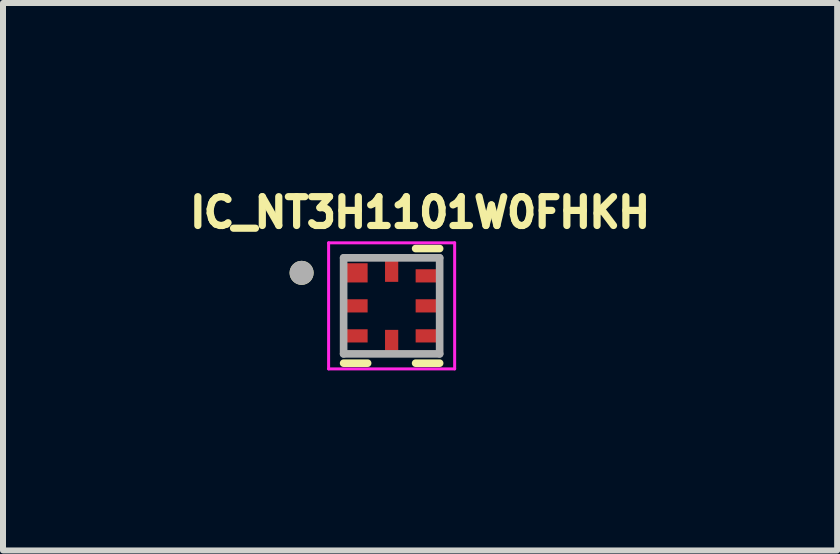
<source format=kicad_pcb>
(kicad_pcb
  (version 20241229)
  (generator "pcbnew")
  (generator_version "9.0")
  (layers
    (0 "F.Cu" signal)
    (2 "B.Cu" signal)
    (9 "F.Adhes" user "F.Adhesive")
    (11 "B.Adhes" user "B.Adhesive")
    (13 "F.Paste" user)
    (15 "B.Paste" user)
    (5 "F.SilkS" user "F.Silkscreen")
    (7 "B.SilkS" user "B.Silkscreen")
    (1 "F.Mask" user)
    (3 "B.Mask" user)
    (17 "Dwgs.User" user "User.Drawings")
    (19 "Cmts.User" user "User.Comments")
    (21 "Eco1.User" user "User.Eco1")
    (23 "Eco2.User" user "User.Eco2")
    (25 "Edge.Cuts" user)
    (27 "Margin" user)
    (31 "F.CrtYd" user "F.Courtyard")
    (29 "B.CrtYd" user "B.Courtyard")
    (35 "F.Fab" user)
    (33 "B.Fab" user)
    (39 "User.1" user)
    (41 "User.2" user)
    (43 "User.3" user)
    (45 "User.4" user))
  (footprint "IC_NT3H1101W0FHKH"
    (layer "F.Cu")
    (at 3.475 2.046)
    (property "Reference" "IC_NT3H1101W0FHKH" (at 0.474 -1.555 0) (layer "F.SilkS") (effects (font (size 0.48 0.48) (thickness 0.15))))
    (attr smd)
    (fp_poly (pts (xy -0.825 -0.635) (xy -0.375 -0.635) (xy -0.375 -0.365) (xy -0.825 -0.365)) (stroke (width 0.01) (type solid)) (fill yes) (layer "F.Mask"))
    (fp_poly (pts (xy -0.825 -0.135) (xy -0.375 -0.135) (xy -0.375 0.135) (xy -0.825 0.135)) (stroke (width 0.01) (type solid)) (fill yes) (layer "F.Mask"))
    (fp_poly (pts (xy -0.825 0.365) (xy -0.375 0.365) (xy -0.375 0.635) (xy -0.825 0.635)) (stroke (width 0.01) (type solid)) (fill yes) (layer "F.Mask"))
    (fp_poly (pts (xy -0.135 -0.825) (xy 0.135 -0.825) (xy 0.135 -0.375) (xy -0.135 -0.375)) (stroke (width 0.01) (type solid)) (fill yes) (layer "F.Mask"))
    (fp_poly (pts (xy -0.135 0.375) (xy 0.135 0.375) (xy 0.135 0.825) (xy -0.135 0.825)) (stroke (width 0.01) (type solid)) (fill yes) (layer "F.Mask"))
    (fp_poly (pts (xy 0.375 -0.635) (xy 0.825 -0.635) (xy 0.825 -0.365) (xy 0.375 -0.365)) (stroke (width 0.01) (type solid)) (fill yes) (layer "F.Mask"))
    (fp_poly (pts (xy 0.375 -0.135) (xy 0.825 -0.135) (xy 0.825 0.135) (xy 0.375 0.135)) (stroke (width 0.01) (type solid)) (fill yes) (layer "F.Mask"))
    (fp_poly (pts (xy 0.375 0.365) (xy 0.825 0.365) (xy 0.825 0.635) (xy 0.375 0.635)) (stroke (width 0.01) (type solid)) (fill yes) (layer "F.Mask"))
    (fp_line (start -0.8 0.955) (end -0.4 0.955) (stroke (width 0.127) (type solid)) (layer "F.SilkS"))
    (fp_line (start 0.8 -0.955) (end 0.4 -0.955) (stroke (width 0.127) (type solid)) (layer "F.SilkS"))
    (fp_line (start 0.8 0.955) (end 0.4 0.955) (stroke (width 0.127) (type solid)) (layer "F.SilkS"))
    (fp_circle (center -1.5 -0.55) (end -1.4 -0.55) (stroke (width 0.2) (type solid)) (fill no) (layer "F.SilkS"))
    (fp_poly (pts (xy -0.8 -0.635) (xy -0.4 -0.635) (xy -0.4 -0.39) (xy -0.8 -0.39)) (stroke (width 0.01) (type solid)) (fill yes) (layer "F.Paste"))
    (fp_line (start -1.05 -1.05) (end -1.05 1.05) (stroke (width 0.05) (type solid)) (layer "F.CrtYd"))
    (fp_line (start -1.05 1.05) (end 1.05 1.05) (stroke (width 0.05) (type solid)) (layer "F.CrtYd"))
    (fp_line (start 1.05 -1.05) (end -1.05 -1.05) (stroke (width 0.05) (type solid)) (layer "F.CrtYd"))
    (fp_line (start 1.05 1.05) (end 1.05 -1.05) (stroke (width 0.05) (type solid)) (layer "F.CrtYd"))
    (fp_line (start -0.8 -0.8) (end 0.8 -0.8) (stroke (width 0.127) (type solid)) (layer "F.Fab"))
    (fp_line (start -0.8 0.8) (end -0.8 -0.8) (stroke (width 0.127) (type solid)) (layer "F.Fab"))
    (fp_line (start 0.8 -0.8) (end 0.8 0.8) (stroke (width 0.127) (type solid)) (layer "F.Fab"))
    (fp_line (start 0.8 0.8) (end -0.8 0.8) (stroke (width 0.127) (type solid)) (layer "F.Fab"))
    (fp_circle (center -1.5 -0.55) (end -1.4 -0.55) (stroke (width 0.2) (type solid)) (fill no) (layer "F.Fab"))
    (pad "1" smd rect (at -0.6 -0.55) (size 0.4 0.32) (layers "F.Cu"))
    (pad "2" smd rect (at -0.6 0) (size 0.4 0.22) (layers "F.Cu" "F.Paste"))
    (pad "3" smd rect (at -0.6 0.5) (size 0.4 0.22) (layers "F.Cu" "F.Paste"))
    (pad "4" smd rect (at 0 0.6) (size 0.22 0.4) (layers "F.Cu" "F.Paste"))
    (pad "5" smd rect (at 0.6 0.5) (size 0.4 0.22) (layers "F.Cu" "F.Paste"))
    (pad "6" smd rect (at 0.6 0) (size 0.4 0.22) (layers "F.Cu" "F.Paste"))
    (pad "7" smd rect (at 0.6 -0.5) (size 0.4 0.22) (layers "F.Cu" "F.Paste"))
    (pad "8" smd rect (at 0 -0.6) (size 0.22 0.4) (layers "F.Cu" "F.Paste"))
    (zone (net_name "") (layer "F.Cu") (hatch full 0.508) (connect_pads) (min_thickness 0.01) (filled_areas_thickness no) (keepout (tracks not_allowed) (vias not_allowed) (pads not_allowed) (copperpour not_allowed) (footprints allowed)) (placement (enabled no)) (fill) (polygon (pts (xy 3.15 1.721) (xy 3.8 1.721) (xy 3.8 2.371) (xy 3.15 2.371)))))
  (gr_rect
    (start -3 -3)
    (end 10.898 6.121)
    (stroke (width 0.1) (type default))
    (fill no)
    (layer "Edge.Cuts")))
</source>
